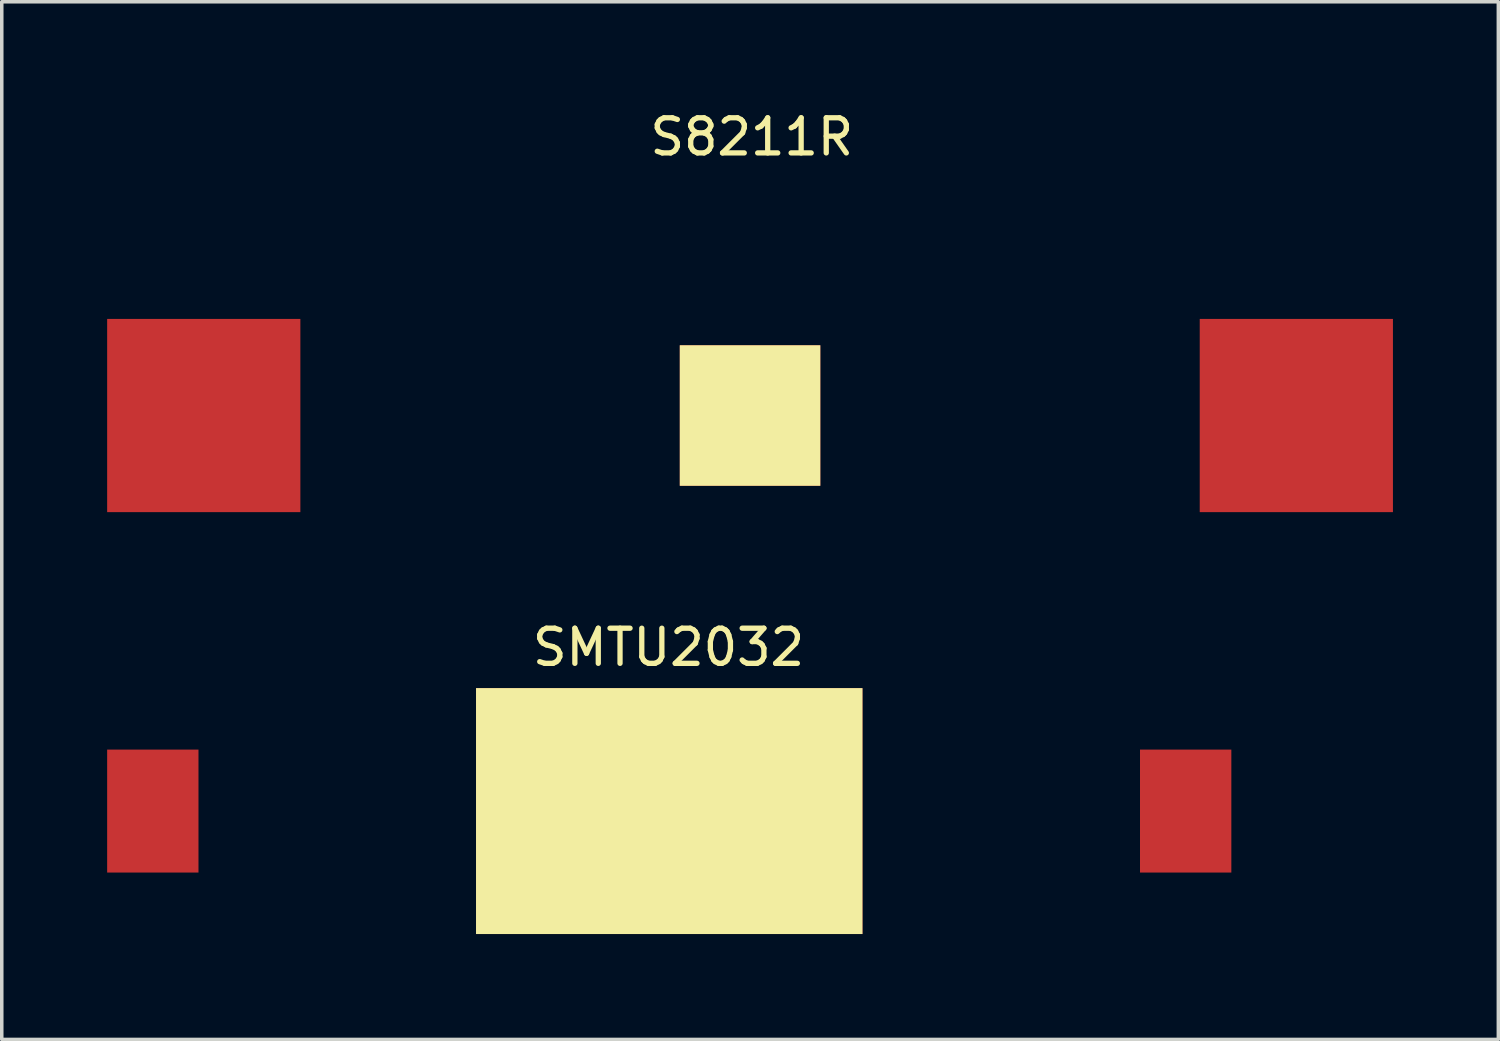
<source format=kicad_pcb>
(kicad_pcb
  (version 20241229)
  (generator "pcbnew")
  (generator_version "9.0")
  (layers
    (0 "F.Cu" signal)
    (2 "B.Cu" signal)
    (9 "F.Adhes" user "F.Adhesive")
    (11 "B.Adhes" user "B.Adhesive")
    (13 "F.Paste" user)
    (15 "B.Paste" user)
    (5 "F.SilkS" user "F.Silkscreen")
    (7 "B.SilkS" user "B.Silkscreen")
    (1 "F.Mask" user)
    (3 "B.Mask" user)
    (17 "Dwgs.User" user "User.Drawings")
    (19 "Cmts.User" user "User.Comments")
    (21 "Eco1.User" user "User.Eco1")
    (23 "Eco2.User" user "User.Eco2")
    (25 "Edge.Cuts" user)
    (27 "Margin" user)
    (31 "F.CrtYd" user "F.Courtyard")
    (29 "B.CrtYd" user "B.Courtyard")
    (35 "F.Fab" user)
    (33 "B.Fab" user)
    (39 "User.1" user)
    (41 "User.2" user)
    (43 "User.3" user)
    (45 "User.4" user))
  (footprint "SMTU2032"
    (layer "F.Cu")
    (at 16 20.037)
    (property "Reference" "SMTU2032" (at -0.02 -4.66 0) (layer "F.SilkS") (effects (font (size 1 1) (thickness 0.15))))
    (attr through_hole)
    (pad "" smd rect (at 0 0) (size 11 7) (layers "F.Cu" "F.SilkS"))
    (pad "1" smd trapezoid (at 14.7 0) (size 2.6 3.5) (layers "F.Cu" "F.Mask" "F.Paste"))
    (pad "2" smd trapezoid (at -14.7 0) (size 2.6 3.5) (layers "F.Cu" "F.Mask" "F.Paste")))
  (footprint "S8211R"
    (layer "F.Cu")
    (at 18.3 8.778)
    (property "Reference" "S8211R" (at 0.05 -7.93 0) (layer "F.SilkS") (effects (font (size 1 1) (thickness 0.15))))
    (attr through_hole)
    (pad "0" smd rect (at 0 0) (size 4 4) (layers "F.Cu" "F.SilkS"))
    (pad "1" smd rect (at 15.55 0) (size 5.5 5.5) (layers "*.Mask" "F.Cu"))
    (pad "2" smd rect (at -15.55 0) (size 5.5 5.5) (layers "*.Mask" "F.Cu")))
  (gr_rect
    (start -3 -3)
    (end 39.6 26.537)
    (stroke (width 0.1) (type default))
    (fill no)
    (layer "Edge.Cuts")))
</source>
